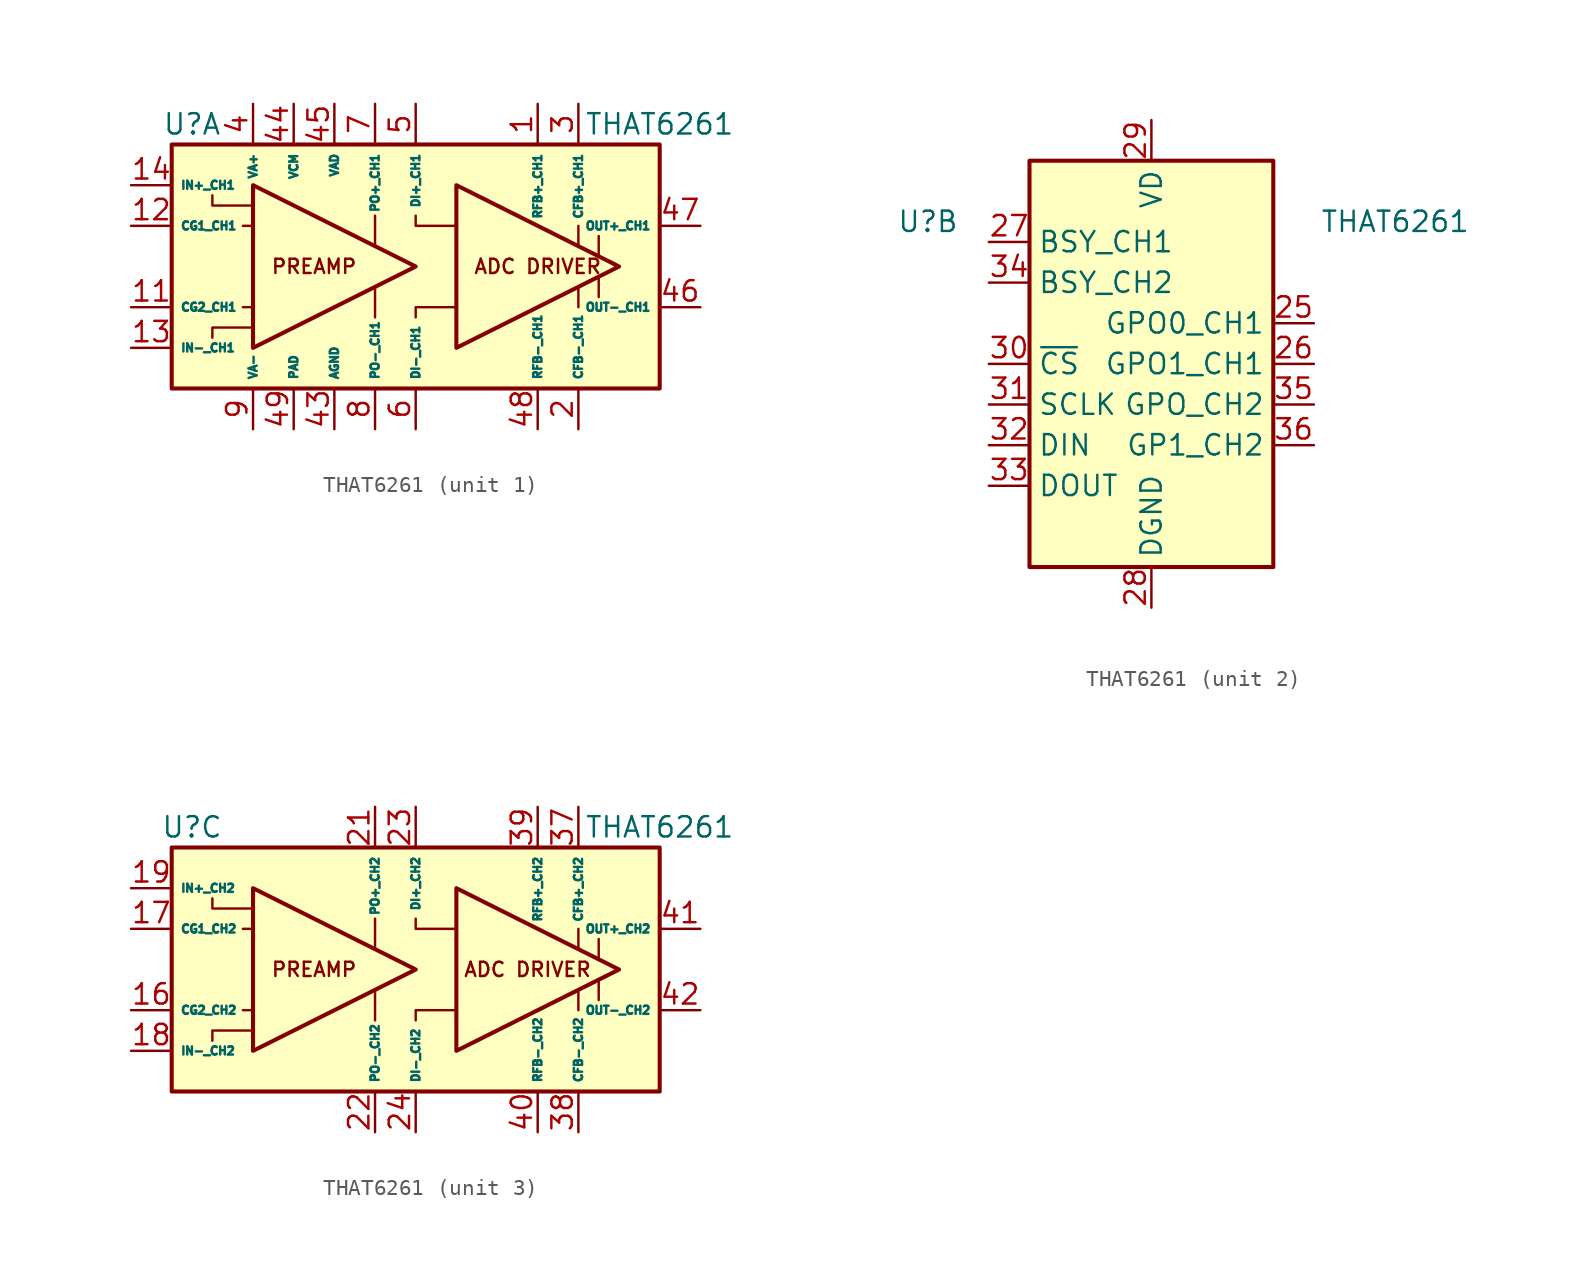
<source format=kicad_sym>
(kicad_symbol_lib
  (version 20200908)
  (generator kicad_symbol_editor)
  (symbol "Audio:THAT6261"
    (property "Reference" "U"
      (at -13.97 8.89 0)
      (effects (font (size 1.27 1.27))))
    (property "Value" "THAT6261"
      (at 15.24 8.89 0)
      (effects (font (size 1.27 1.27))))
    (property "ki_locked" ""
      (at 0 0 0)
      (effects (font (size 1.27 1.27))))
    (symbol "THAT6261_1_0"
      (text "ADC DRIVER" (at 7.62 0 0) (effects (font (size 0.889 0.889))))
      (text "PREAMP" (at -6.35 0 0) (effects (font (size 0.889 0.889))))
      (polyline (pts (xy -10.795 -2.54) (xy -10.16 -2.54)) (stroke (width 0)) (fill (type none)))
      (polyline (pts (xy -10.795 2.54) (xy -10.16 2.54)) (stroke (width 0)) (fill (type none)))
      (polyline (pts (xy -2.54 -3.175) (xy -2.54 -1.27)) (stroke (width 0)) (fill (type none)))
      (polyline (pts (xy -2.54 3.175) (xy -2.54 1.27)) (stroke (width 0)) (fill (type none)))
      (polyline (pts (xy 10.16 -1.27) (xy 10.16 -2.54)) (stroke (width 0)) (fill (type none)))
      (polyline (pts (xy 10.16 2.54) (xy 10.16 1.27)) (stroke (width 0)) (fill (type none)))
      (polyline (pts (xy 11.43 -1.905) (xy 11.43 -0.635)) (stroke (width 0)) (fill (type none)))
      (polyline (pts (xy 11.43 0.635) (xy 11.43 1.905)) (stroke (width 0)) (fill (type none)))
      (polyline (pts (xy -12.7 -4.445) (xy -12.7 -3.81) (xy -10.16 -3.81)) (stroke (width 0)) (fill (type none)))
      (polyline (pts (xy 0 -3.175) (xy 0 -2.54) (xy 2.54 -2.54)) (stroke (width 0)) (fill (type none)))
      (polyline (pts (xy 0 3.175) (xy 0 2.54) (xy 2.54 2.54)) (stroke (width 0)) (fill (type none)))
      (polyline (pts (xy -12.7 4.445) (xy -12.7 3.81) (xy -10.795 3.81) (xy -10.16 3.81)) (stroke (width 0)) (fill (type none))))
    (symbol "THAT6261_3_0"
      (text "ADC DRIVER" (at 6.985 0 0) (effects (font (size 0.889 0.889))))
      (text "PREAMP" (at -6.35 0 0) (effects (font (size 0.889 0.889))))
      (polyline (pts (xy -10.795 2.54) (xy -10.16 2.54)) (stroke (width 0)) (fill (type none)))
      (polyline (pts (xy -10.16 -2.54) (xy -10.795 -2.54)) (stroke (width 0)) (fill (type none)))
      (polyline (pts (xy -2.54 -3.175) (xy -2.54 -1.27)) (stroke (width 0)) (fill (type none)))
      (polyline (pts (xy -2.54 3.175) (xy -2.54 1.27)) (stroke (width 0)) (fill (type none)))
      (polyline (pts (xy 10.16 -1.27) (xy 10.16 -2.54)) (stroke (width 0)) (fill (type none)))
      (polyline (pts (xy 10.16 2.54) (xy 10.16 1.27)) (stroke (width 0)) (fill (type none)))
      (polyline (pts (xy 11.43 -0.635) (xy 11.43 -1.905)) (stroke (width 0)) (fill (type none)))
      (polyline (pts (xy 11.43 1.905) (xy 11.43 0.635)) (stroke (width 0)) (fill (type none)))
      (polyline (pts (xy -12.7 -4.445) (xy -12.7 -3.81) (xy -10.16 -3.81)) (stroke (width 0)) (fill (type none)))
      (polyline (pts (xy -12.7 4.445) (xy -12.7 3.81) (xy -10.16 3.81)) (stroke (width 0)) (fill (type none)))
      (polyline (pts (xy 0 -3.175) (xy 0 -2.54) (xy 2.54 -2.54)) (stroke (width 0)) (fill (type none)))
      (polyline (pts (xy 0 3.175) (xy 0 2.54) (xy 2.54 2.54)) (stroke (width 0)) (fill (type none))))
    (symbol "THAT6261_1_1"
      (rectangle (start -15.24 7.62) (end 15.24 -7.62) (stroke (width 0.254)) (fill (type background)))
      (polyline (pts (xy 0 0) (xy -10.16 5.08) (xy -10.16 -5.08) (xy 0 0)) (stroke (width 0.254)) (fill (type background)))
      (polyline (pts (xy 2.54 -5.08) (xy 2.54 5.08) (xy 12.7 0) (xy 2.54 -5.08)) (stroke (width 0.254)) (fill (type background)))
      (pin passive line (at 7.62 10.16 270) (length 2.54) (name "RFB+_CH1" (effects (font (size 0.508 0.508)))) (number "1" (effects (font (size 1.27 1.27)))))
      (pin passive line (at -10.16 10.16 270) (length 2.54) hide (name "VA+" (effects (font (size 0.508 0.508)))) (number "10" (effects (font (size 1.27 1.27)))))
      (pin passive line (at -17.78 -2.54 0) (length 2.54) (name "CG2_CH1" (effects (font (size 0.508 0.508)))) (number "11" (effects (font (size 1.27 1.27)))))
      (pin passive line (at -17.78 2.54 0) (length 2.54) (name "CG1_CH1" (effects (font (size 0.508 0.508)))) (number "12" (effects (font (size 1.27 1.27)))))
      (pin input line (at -17.78 -5.08 0) (length 2.54) (name "IN-_CH1" (effects (font (size 0.508 0.508)))) (number "13" (effects (font (size 1.27 1.27)))))
      (pin input line (at -17.78 5.08 0) (length 2.54) (name "IN+_CH1" (effects (font (size 0.508 0.508)))) (number "14" (effects (font (size 1.27 1.27)))))
      (pin passive line (at -10.16 -10.16 90) (length 2.54) hide (name "VA-" (effects (font (size 0.508 0.508)))) (number "15" (effects (font (size 1.27 1.27)))))
      (pin passive line (at 10.16 -10.16 90) (length 2.54) (name "CFB-_CH1" (effects (font (size 0.508 0.508)))) (number "2" (effects (font (size 1.27 1.27)))))
      (pin passive line (at -10.16 -10.16 90) (length 2.54) hide (name "VA-" (effects (font (size 0.508 0.508)))) (number "20" (effects (font (size 1.27 1.27)))))
      (pin passive line (at 10.16 10.16 270) (length 2.54) (name "CFB+_CH1" (effects (font (size 0.508 0.508)))) (number "3" (effects (font (size 1.27 1.27)))))
      (pin power_in line (at -10.16 10.16 270) (length 2.54) (name "VA+" (effects (font (size 0.508 0.508)))) (number "4" (effects (font (size 1.27 1.27)))))
      (pin power_in line (at -5.08 -10.16 90) (length 2.54) (name "AGND" (effects (font (size 0.508 0.508)))) (number "43" (effects (font (size 1.27 1.27)))))
      (pin power_in line (at -7.62 10.16 270) (length 2.54) (name "VCM" (effects (font (size 0.508 0.508)))) (number "44" (effects (font (size 1.27 1.27)))))
      (pin power_in line (at -5.08 10.16 270) (length 2.54) (name "VAD" (effects (font (size 0.508 0.508)))) (number "45" (effects (font (size 1.27 1.27)))))
      (pin output line (at 17.78 -2.54 180) (length 2.54) (name "OUT-_CH1" (effects (font (size 0.508 0.508)))) (number "46" (effects (font (size 1.27 1.27)))))
      (pin output line (at 17.78 2.54 180) (length 2.54) (name "OUT+_CH1" (effects (font (size 0.508 0.508)))) (number "47" (effects (font (size 1.27 1.27)))))
      (pin passive line (at 7.62 -10.16 90) (length 2.54) (name "RFB-_CH1" (effects (font (size 0.508 0.508)))) (number "48" (effects (font (size 1.27 1.27)))))
      (pin passive line (at -7.62 -10.16 90) (length 2.54) (name "PAD" (effects (font (size 0.508 0.508)))) (number "49" (effects (font (size 1.27 1.27)))))
      (pin input line (at 0 10.16 270) (length 2.54) (name "DI+_CH1" (effects (font (size 0.508 0.508)))) (number "5" (effects (font (size 1.27 1.27)))))
      (pin input line (at 0 -10.16 90) (length 2.54) (name "DI-_CH1" (effects (font (size 0.508 0.508)))) (number "6" (effects (font (size 1.27 1.27)))))
      (pin output line (at -2.54 10.16 270) (length 2.54) (name "PO+_CH1" (effects (font (size 0.508 0.508)))) (number "7" (effects (font (size 1.27 1.27)))))
      (pin output line (at -2.54 -10.16 90) (length 2.54) (name "PO-_CH1" (effects (font (size 0.508 0.508)))) (number "8" (effects (font (size 1.27 1.27)))))
      (pin power_in line (at -10.16 -10.16 90) (length 2.54) (name "VA-" (effects (font (size 0.508 0.508)))) (number "9" (effects (font (size 1.27 1.27))))))
    (symbol "THAT6261_2_1"
      (rectangle (start -7.62 12.7) (end 7.62 -12.7) (stroke (width 0.254)) (fill (type background)))
      (pin output line (at 10.16 2.54 180) (length 2.54) (name "GPO0_CH1" (effects (font (size 1.27 1.27)))) (number "25" (effects (font (size 1.27 1.27)))))
      (pin output line (at 10.16 0 180) (length 2.54) (name "GPO1_CH1" (effects (font (size 1.27 1.27)))) (number "26" (effects (font (size 1.27 1.27)))))
      (pin output line (at -10.16 7.62 0) (length 2.54) (name "BSY_CH1" (effects (font (size 1.27 1.27)))) (number "27" (effects (font (size 1.27 1.27)))))
      (pin power_in line (at 0 -15.24 90) (length 2.54) (name "DGND" (effects (font (size 1.27 1.27)))) (number "28" (effects (font (size 1.27 1.27)))))
      (pin power_in line (at 0 15.24 270) (length 2.54) (name "VD" (effects (font (size 1.27 1.27)))) (number "29" (effects (font (size 1.27 1.27)))))
      (pin input line (at -10.16 0 0) (length 2.54) (name "~CS" (effects (font (size 1.27 1.27)))) (number "30" (effects (font (size 1.27 1.27)))))
      (pin input line (at -10.16 -2.54 0) (length 2.54) (name "SCLK" (effects (font (size 1.27 1.27)))) (number "31" (effects (font (size 1.27 1.27)))))
      (pin input line (at -10.16 -5.08 0) (length 2.54) (name "DIN" (effects (font (size 1.27 1.27)))) (number "32" (effects (font (size 1.27 1.27)))))
      (pin tri_state line (at -10.16 -7.62 0) (length 2.54) (name "DOUT" (effects (font (size 1.27 1.27)))) (number "33" (effects (font (size 1.27 1.27)))))
      (pin output line (at -10.16 5.08 0) (length 2.54) (name "BSY_CH2" (effects (font (size 1.27 1.27)))) (number "34" (effects (font (size 1.27 1.27)))))
      (pin output line (at 10.16 -2.54 180) (length 2.54) (name "GPO_CH2" (effects (font (size 1.27 1.27)))) (number "35" (effects (font (size 1.27 1.27)))))
      (pin output line (at 10.16 -5.08 180) (length 2.54) (name "GP1_CH2" (effects (font (size 1.27 1.27)))) (number "36" (effects (font (size 1.27 1.27))))))
    (symbol "THAT6261_3_1"
      (rectangle (start -15.24 7.62) (end 15.24 -7.62) (stroke (width 0.254)) (fill (type background)))
      (polyline (pts (xy 0 0) (xy -10.16 5.08) (xy -10.16 -5.08) (xy 0 0)) (stroke (width 0.254)) (fill (type background)))
      (polyline (pts (xy 2.54 -5.08) (xy 2.54 5.08) (xy 12.7 0) (xy 2.54 -5.08)) (stroke (width 0.254)) (fill (type background)))
      (pin passive line (at -17.78 -2.54 0) (length 2.54) (name "CG2_CH2" (effects (font (size 0.508 0.508)))) (number "16" (effects (font (size 1.27 1.27)))))
      (pin passive line (at -17.78 2.54 0) (length 2.54) (name "CG1_CH2" (effects (font (size 0.508 0.508)))) (number "17" (effects (font (size 1.27 1.27)))))
      (pin input line (at -17.78 -5.08 0) (length 2.54) (name "IN-_CH2" (effects (font (size 0.508 0.508)))) (number "18" (effects (font (size 1.27 1.27)))))
      (pin input line (at -17.78 5.08 0) (length 2.54) (name "IN+_CH2" (effects (font (size 0.508 0.508)))) (number "19" (effects (font (size 1.27 1.27)))))
      (pin output line (at -2.54 10.16 270) (length 2.54) (name "PO+_CH2" (effects (font (size 0.508 0.508)))) (number "21" (effects (font (size 1.27 1.27)))))
      (pin output line (at -2.54 -10.16 90) (length 2.54) (name "PO-_CH2" (effects (font (size 0.508 0.508)))) (number "22" (effects (font (size 1.27 1.27)))))
      (pin input line (at 0 10.16 270) (length 2.54) (name "DI+_CH2" (effects (font (size 0.508 0.508)))) (number "23" (effects (font (size 1.27 1.27)))))
      (pin input line (at 0 -10.16 90) (length 2.54) (name "DI-_CH2" (effects (font (size 0.508 0.508)))) (number "24" (effects (font (size 1.27 1.27)))))
      (pin passive line (at 10.16 10.16 270) (length 2.54) (name "CFB+_CH2" (effects (font (size 0.508 0.508)))) (number "37" (effects (font (size 1.27 1.27)))))
      (pin passive line (at 10.16 -10.16 90) (length 2.54) (name "CFB-_CH2" (effects (font (size 0.508 0.508)))) (number "38" (effects (font (size 1.27 1.27)))))
      (pin passive line (at 7.62 10.16 270) (length 2.54) (name "RFB+_CH2" (effects (font (size 0.508 0.508)))) (number "39" (effects (font (size 1.27 1.27)))))
      (pin passive line (at 7.62 -10.16 90) (length 2.54) (name "RFB-_CH2" (effects (font (size 0.508 0.508)))) (number "40" (effects (font (size 1.27 1.27)))))
      (pin output line (at 17.78 2.54 180) (length 2.54) (name "OUT+_CH2" (effects (font (size 0.508 0.508)))) (number "41" (effects (font (size 1.27 1.27)))))
      (pin output line (at 17.78 -2.54 180) (length 2.54) (name "OUT-_CH2" (effects (font (size 0.508 0.508)))) (number "42" (effects (font (size 1.27 1.27))))))))
</source>
